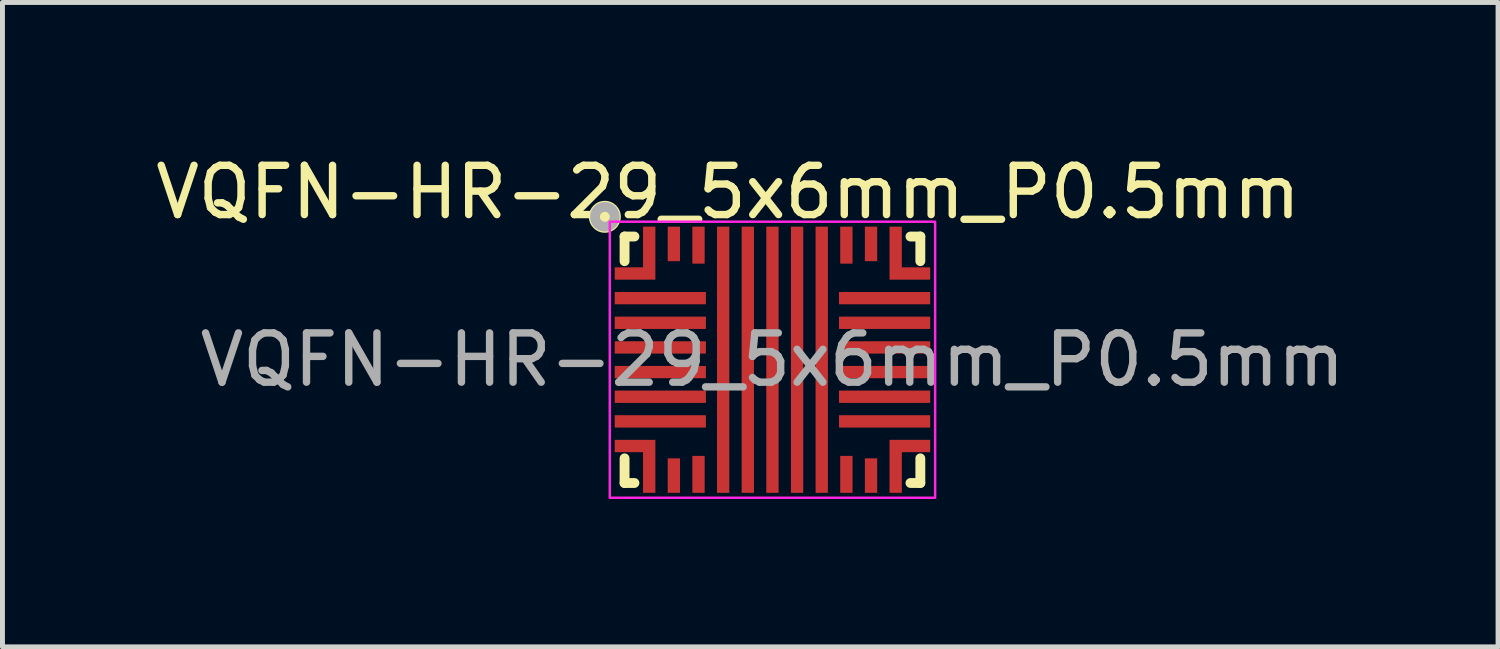
<source format=kicad_pcb>
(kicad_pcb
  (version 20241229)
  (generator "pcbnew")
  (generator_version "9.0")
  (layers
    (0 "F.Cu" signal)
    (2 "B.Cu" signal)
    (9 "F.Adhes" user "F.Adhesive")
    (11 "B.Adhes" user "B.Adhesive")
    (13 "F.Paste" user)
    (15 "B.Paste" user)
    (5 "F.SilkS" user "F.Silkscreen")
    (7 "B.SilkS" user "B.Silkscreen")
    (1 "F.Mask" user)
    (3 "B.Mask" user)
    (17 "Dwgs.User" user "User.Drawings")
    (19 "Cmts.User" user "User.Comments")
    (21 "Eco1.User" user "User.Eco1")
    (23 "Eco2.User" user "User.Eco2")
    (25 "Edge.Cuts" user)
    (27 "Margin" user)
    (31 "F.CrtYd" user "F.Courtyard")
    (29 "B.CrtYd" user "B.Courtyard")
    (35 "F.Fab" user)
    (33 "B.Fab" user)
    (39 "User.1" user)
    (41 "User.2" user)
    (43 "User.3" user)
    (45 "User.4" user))
  (footprint "VQFN-HR-29_5x6mm_P0.5mm"
    (layer "F.Cu")
    (at 12.62 4.248)
    (property "Reference" "VQFN-HR-29_5x6mm_P0.5mm" (at -0.9 -3.4 0) (unlocked yes) (layer "F.SilkS") (effects (font (size 1 1) (thickness 0.15))))
    (attr smd)
    (fp_line (start -3 -2.5) (end -2.8 -2.5) (stroke (width 0.2) (type default)) (layer "F.SilkS"))
    (fp_line (start -3 -2) (end -3 -2.5) (stroke (width 0.2) (type default)) (layer "F.SilkS"))
    (fp_line (start -3 2) (end -3 2.5) (stroke (width 0.2) (type default)) (layer "F.SilkS"))
    (fp_line (start -3 2.5) (end -2.8 2.5) (stroke (width 0.2) (type default)) (layer "F.SilkS"))
    (fp_line (start 3 -2.5) (end 2.8 -2.5) (stroke (width 0.2) (type default)) (layer "F.SilkS"))
    (fp_line (start 3 -2) (end 3 -2.5) (stroke (width 0.2) (type default)) (layer "F.SilkS"))
    (fp_line (start 3 2) (end 3 2.5) (stroke (width 0.2) (type default)) (layer "F.SilkS"))
    (fp_line (start 3 2.5) (end 2.8 2.5) (stroke (width 0.2) (type default)) (layer "F.SilkS"))
    (fp_circle (center -3.4 -2.9) (end -3.176 -2.9) (stroke (width 0.2) (type solid)) (fill yes) (layer "F.SilkS"))
    (fp_rect (start -3.2 -1.375) (end -2.375 -1.125) (stroke (width 0) (type solid)) (fill yes) (layer "F.Paste"))
    (fp_rect (start -3.2 -0.875) (end -2.375 -0.625) (stroke (width 0) (type solid)) (fill yes) (layer "F.Paste"))
    (fp_rect (start -3.2 -0.375) (end -2.375 -0.125) (stroke (width 0) (type solid)) (fill yes) (layer "F.Paste"))
    (fp_rect (start -3.2 0.125) (end -2.375 0.375) (stroke (width 0) (type solid)) (fill yes) (layer "F.Paste"))
    (fp_rect (start -3.2 0.625) (end -2.375 0.875) (stroke (width 0) (type solid)) (fill yes) (layer "F.Paste"))
    (fp_rect (start -3.2 1.125) (end -2.375 1.375) (stroke (width 0) (type solid)) (fill yes) (layer "F.Paste"))
    (fp_rect (start -2.175 -1.375) (end -1.35 -1.125) (stroke (width 0) (type solid)) (fill yes) (layer "F.Paste"))
    (fp_rect (start -2.175 -0.875) (end -1.35 -0.625) (stroke (width 0) (type solid)) (fill yes) (layer "F.Paste"))
    (fp_rect (start -2.175 -0.375) (end -1.35 -0.125) (stroke (width 0) (type solid)) (fill yes) (layer "F.Paste"))
    (fp_rect (start -2.175 0.125) (end -1.35 0.375) (stroke (width 0) (type solid)) (fill yes) (layer "F.Paste"))
    (fp_rect (start -2.175 0.625) (end -1.35 0.875) (stroke (width 0) (type solid)) (fill yes) (layer "F.Paste"))
    (fp_rect (start -2.175 1.125) (end -1.35 1.375) (stroke (width 0) (type solid)) (fill yes) (layer "F.Paste"))
    (fp_rect (start -1.125 -2.7) (end -0.875 -1.5) (stroke (width 0) (type solid)) (fill yes) (layer "F.Paste"))
    (fp_rect (start -1.125 -1.3) (end -0.875 -0.1) (stroke (width 0) (type solid)) (fill yes) (layer "F.Paste"))
    (fp_rect (start -1.125 0.1) (end -0.875 1.3) (stroke (width 0) (type solid)) (fill yes) (layer "F.Paste"))
    (fp_rect (start -1.125 1.5) (end -0.875 2.7) (stroke (width 0) (type solid)) (fill yes) (layer "F.Paste"))
    (fp_rect (start -0.625 -2.7) (end -0.375 -1.5) (stroke (width 0) (type solid)) (fill yes) (layer "F.Paste"))
    (fp_rect (start -0.625 -1.3) (end -0.375 -0.1) (stroke (width 0) (type solid)) (fill yes) (layer "F.Paste"))
    (fp_rect (start -0.625 0.1) (end -0.375 1.3) (stroke (width 0) (type solid)) (fill yes) (layer "F.Paste"))
    (fp_rect (start -0.625 1.5) (end -0.375 2.7) (stroke (width 0) (type solid)) (fill yes) (layer "F.Paste"))
    (fp_rect (start -0.125 -2.7) (end 0.125 -1.5) (stroke (width 0) (type solid)) (fill yes) (layer "F.Paste"))
    (fp_rect (start -0.125 -1.3) (end 0.125 -0.1) (stroke (width 0) (type solid)) (fill yes) (layer "F.Paste"))
    (fp_rect (start -0.125 0.1) (end 0.125 1.3) (stroke (width 0) (type solid)) (fill yes) (layer "F.Paste"))
    (fp_rect (start -0.125 1.5) (end 0.125 2.7) (stroke (width 0) (type solid)) (fill yes) (layer "F.Paste"))
    (fp_rect (start 0.375 -2.7) (end 0.625 -1.5) (stroke (width 0) (type solid)) (fill yes) (layer "F.Paste"))
    (fp_rect (start 0.375 -1.3) (end 0.625 -0.1) (stroke (width 0) (type solid)) (fill yes) (layer "F.Paste"))
    (fp_rect (start 0.375 0.1) (end 0.625 1.3) (stroke (width 0) (type solid)) (fill yes) (layer "F.Paste"))
    (fp_rect (start 0.375 1.5) (end 0.625 2.7) (stroke (width 0) (type solid)) (fill yes) (layer "F.Paste"))
    (fp_rect (start 0.875 -2.7) (end 1.125 -1.5) (stroke (width 0) (type solid)) (fill yes) (layer "F.Paste"))
    (fp_rect (start 0.875 -1.3) (end 1.125 -0.1) (stroke (width 0) (type solid)) (fill yes) (layer "F.Paste"))
    (fp_rect (start 0.875 0.1) (end 1.125 1.3) (stroke (width 0) (type solid)) (fill yes) (layer "F.Paste"))
    (fp_rect (start 0.875 1.5) (end 1.125 2.7) (stroke (width 0) (type solid)) (fill yes) (layer "F.Paste"))
    (fp_rect (start 1.35 -1.375) (end 2.175 -1.125) (stroke (width 0) (type solid)) (fill yes) (layer "F.Paste"))
    (fp_rect (start 1.35 -0.875) (end 2.175 -0.625) (stroke (width 0) (type solid)) (fill yes) (layer "F.Paste"))
    (fp_rect (start 1.35 -0.375) (end 2.175 -0.125) (stroke (width 0) (type solid)) (fill yes) (layer "F.Paste"))
    (fp_rect (start 1.35 0.125) (end 2.175 0.375) (stroke (width 0) (type solid)) (fill yes) (layer "F.Paste"))
    (fp_rect (start 1.35 0.625) (end 2.175 0.875) (stroke (width 0) (type solid)) (fill yes) (layer "F.Paste"))
    (fp_rect (start 1.35 1.125) (end 2.175 1.375) (stroke (width 0) (type solid)) (fill yes) (layer "F.Paste"))
    (fp_rect (start 2.375 -1.375) (end 3.2 -1.125) (stroke (width 0) (type solid)) (fill yes) (layer "F.Paste"))
    (fp_rect (start 2.375 -0.875) (end 3.2 -0.625) (stroke (width 0) (type solid)) (fill yes) (layer "F.Paste"))
    (fp_rect (start 2.375 -0.375) (end 3.2 -0.125) (stroke (width 0) (type solid)) (fill yes) (layer "F.Paste"))
    (fp_rect (start 2.375 0.125) (end 3.2 0.375) (stroke (width 0) (type solid)) (fill yes) (layer "F.Paste"))
    (fp_rect (start 2.375 0.625) (end 3.2 0.875) (stroke (width 0) (type solid)) (fill yes) (layer "F.Paste"))
    (fp_rect (start 2.375 1.125) (end 3.2 1.375) (stroke (width 0) (type solid)) (fill yes) (layer "F.Paste"))
    (fp_rect (start -3.3 -2.8) (end 3.3 2.8) (stroke (width 0.05) (type default)) (fill no) (layer "F.CrtYd"))
    (fp_circle (center -3.4 -2.9) (end -3.2 -2.9) (stroke (width 0.2) (type solid)) (fill no) (layer "F.Fab"))
    (fp_text user "${REFERENCE}" (at 0 0 0) (unlocked yes) (layer "F.Fab") (effects (font (size 1 1) (thickness 0.15))))
    (pad "1" smd custom (at -2.475 -1.725) (size 0.1 0.1) (layers "F.Cu" "F.Mask" "F.Paste") (options (anchor circle)) (primitives (gr_poly (pts (xy -0.15 -0.15) (xy -0.725 -0.15) (xy -0.725 0.1) (xy -0.15 0.1) (xy 0.1 0.1) (xy 0.1 -0.975) (xy -0.15 -0.975)) (width 0) (fill yes))))
    (pad "2" smd rect (at -2.275 -1.25) (size 1.85 0.25) (layers "F.Cu" "F.Mask"))
    (pad "3" smd rect (at -2.275 -0.75) (size 1.85 0.25) (layers "F.Cu" "F.Mask"))
    (pad "4" smd rect (at -2.275 -0.25) (size 1.85 0.25) (layers "F.Cu" "F.Mask"))
    (pad "5" smd rect (at -2.275 0.25) (size 1.85 0.25) (layers "F.Cu" "F.Mask"))
    (pad "6" smd rect (at -2.275 0.75) (size 1.85 0.25) (layers "F.Cu" "F.Mask"))
    (pad "7" smd rect (at -2.275 1.25) (size 1.85 0.25) (layers "F.Cu" "F.Mask"))
    (pad "8" smd custom (at -2.475 1.725 180) (size 0.1 0.1) (layers "F.Cu" "F.Mask" "F.Paste") (options (anchor circle)) (primitives (gr_poly (pts (xy 0.15 -0.15) (xy 0.725 -0.15) (xy 0.725 0.1) (xy 0.15 0.1) (xy -0.1 0.1) (xy -0.1 -0.975) (xy 0.15 -0.975)) (width 0) (fill yes))))
    (pad "9" smd rect (at -2 2.35) (size 0.25 0.7) (layers "F.Cu" "F.Mask" "F.Paste"))
    (pad "10" smd rect (at -1.5 2.325) (size 0.25 0.75) (layers "F.Cu" "F.Mask" "F.Paste"))
    (pad "11" smd rect (at -1 0) (size 0.25 5.4) (layers "F.Cu" "F.Mask"))
    (pad "12" smd rect (at -0.5 0) (size 0.25 5.4) (layers "F.Cu" "F.Mask"))
    (pad "13" smd rect (at 0 0) (size 0.25 5.4) (layers "F.Cu" "F.Mask"))
    (pad "14" smd rect (at 0.5 0) (size 0.25 5.4) (layers "F.Cu" "F.Mask"))
    (pad "15" smd rect (at 1 0) (size 0.25 5.4) (layers "F.Cu" "F.Mask"))
    (pad "16" smd rect (at 1.5 2.325) (size 0.25 0.75) (layers "F.Cu" "F.Mask" "F.Paste"))
    (pad "17" smd rect (at 2 2.35) (size 0.25 0.7) (layers "F.Cu" "F.Mask" "F.Paste"))
    (pad "18" smd custom (at 2.475 1.725) (size 0.1 0.1) (layers "F.Cu" "F.Mask" "F.Paste") (options (anchor circle)) (primitives (gr_poly (pts (xy 0.15 0.15) (xy 0.725 0.15) (xy 0.725 -0.1) (xy 0.15 -0.1) (xy -0.1 -0.1) (xy -0.1 0.975) (xy 0.15 0.975)) (width 0) (fill yes))))
    (pad "19" smd rect (at 2.275 1.25) (size 1.85 0.25) (layers "F.Cu" "F.Mask"))
    (pad "20" smd rect (at 2.275 0.75) (size 1.85 0.25) (layers "F.Cu" "F.Mask"))
    (pad "21" smd rect (at 2.275 0.25) (size 1.85 0.25) (layers "F.Cu" "F.Mask"))
    (pad "22" smd rect (at 2.275 -0.25) (size 1.85 0.25) (layers "F.Cu" "F.Mask"))
    (pad "23" smd rect (at 2.275 -0.75) (size 1.85 0.25) (layers "F.Cu" "F.Mask"))
    (pad "24" smd rect (at 2.275 -1.25) (size 1.85 0.25) (layers "F.Cu" "F.Mask"))
    (pad "25" smd custom (at 2.475 -1.725) (size 0.1 0.1) (layers "F.Cu" "F.Mask" "F.Paste") (options (anchor circle)) (primitives (gr_poly (pts (xy 0.15 -0.15) (xy 0.725 -0.15) (xy 0.725 0.1) (xy 0.15 0.1) (xy -0.1 0.1) (xy -0.1 -0.975) (xy 0.15 -0.975)) (width 0) (fill yes))))
    (pad "26" smd rect (at 2 -2.35) (size 0.25 0.7) (layers "F.Cu" "F.Mask" "F.Paste"))
    (pad "27" smd rect (at 1.5 -2.325) (size 0.25 0.75) (layers "F.Cu" "F.Mask" "F.Paste"))
    (pad "28" smd rect (at -1.5 -2.325) (size 0.25 0.75) (layers "F.Cu" "F.Mask" "F.Paste"))
    (pad "29" smd rect (at -2 -2.35) (size 0.25 0.7) (layers "F.Cu" "F.Mask" "F.Paste")))
  (gr_rect
    (start -3 -3)
    (end 27.34 10.073)
    (stroke (width 0.1) (type default))
    (fill no)
    (layer "Edge.Cuts")))
</source>
